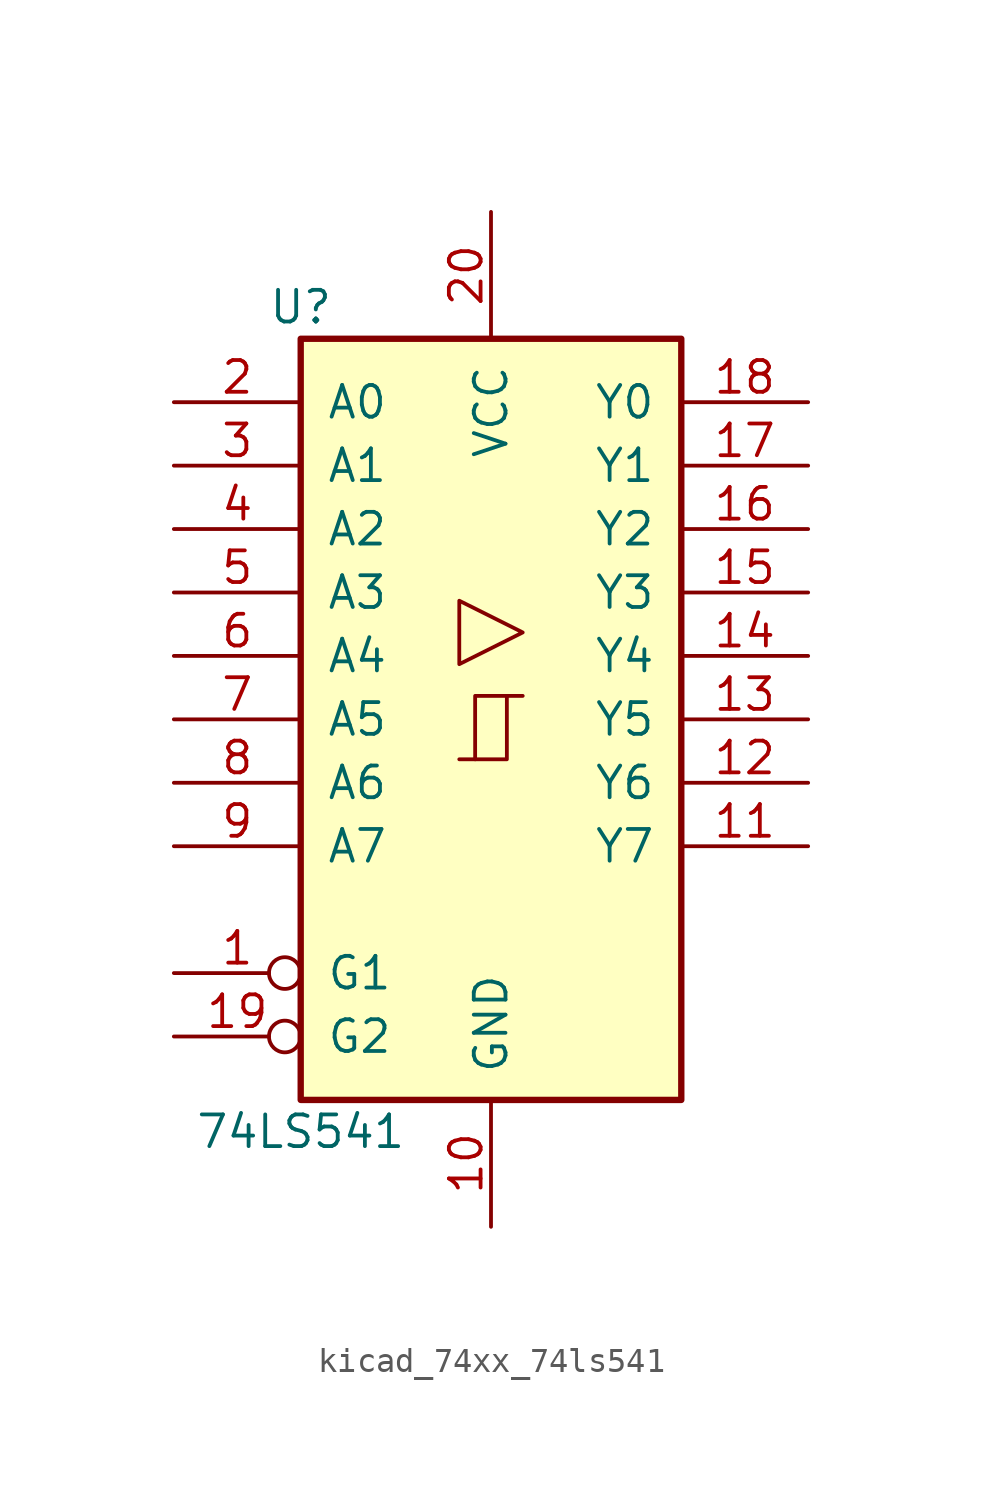
<source format=kicad_sym>
(kicad_symbol_lib
  (version 20220914)
  (generator kicad_symbol_editor)
  (symbol "kicad_74xx_74ls541"
    (pin_names
      (offset 1.016))
    (property "Reference" "U"
      (at -7.62 16.51 0)
      (effects (font (size 1.27 1.27))))
    (property "Value" "74LS541"
      (at -7.62 -16.51 0)
      (effects (font (size 1.27 1.27))))
    (property "ki_locked" ""
      (at 0 0 0)
      (effects (font (size 1.27 1.27))))
    (symbol "kicad_74xx_74ls541_1_0"
      (polyline (pts (xy -0.635 -1.6) (xy -0.635 0.94) (xy 0.635 0.94)) (stroke (width 0) (type default)) (fill (type none)))
      (polyline (pts (xy -1.27 -1.6) (xy 0.635 -1.6) (xy 0.635 0.94) (xy 1.27 0.94)) (stroke (width 0) (type default)) (fill (type none)))
      (polyline (pts (xy 1.27 3.48) (xy -1.27 4.75) (xy -1.27 2.21) (xy 1.27 3.48)) (stroke (width 0.152) (type default)) (fill (type none)))
      (pin input inverted (at -12.7 -10.16 0) (length 5.08) (name "G1" (effects (font (size 1.27 1.27)))) (number "1" (effects (font (size 1.27 1.27)))))
      (pin power_in line (at 0 -20.32 90) (length 5.08) (name "GND" (effects (font (size 1.27 1.27)))) (number "10" (effects (font (size 1.27 1.27)))))
      (pin tri_state line (at 12.7 -5.08 180) (length 5.08) (name "Y7" (effects (font (size 1.27 1.27)))) (number "11" (effects (font (size 1.27 1.27)))))
      (pin tri_state line (at 12.7 -2.54 180) (length 5.08) (name "Y6" (effects (font (size 1.27 1.27)))) (number "12" (effects (font (size 1.27 1.27)))))
      (pin tri_state line (at 12.7 0 180) (length 5.08) (name "Y5" (effects (font (size 1.27 1.27)))) (number "13" (effects (font (size 1.27 1.27)))))
      (pin tri_state line (at 12.7 2.54 180) (length 5.08) (name "Y4" (effects (font (size 1.27 1.27)))) (number "14" (effects (font (size 1.27 1.27)))))
      (pin tri_state line (at 12.7 5.08 180) (length 5.08) (name "Y3" (effects (font (size 1.27 1.27)))) (number "15" (effects (font (size 1.27 1.27)))))
      (pin tri_state line (at 12.7 7.62 180) (length 5.08) (name "Y2" (effects (font (size 1.27 1.27)))) (number "16" (effects (font (size 1.27 1.27)))))
      (pin tri_state line (at 12.7 10.16 180) (length 5.08) (name "Y1" (effects (font (size 1.27 1.27)))) (number "17" (effects (font (size 1.27 1.27)))))
      (pin tri_state line (at 12.7 12.7 180) (length 5.08) (name "Y0" (effects (font (size 1.27 1.27)))) (number "18" (effects (font (size 1.27 1.27)))))
      (pin input inverted (at -12.7 -12.7 0) (length 5.08) (name "G2" (effects (font (size 1.27 1.27)))) (number "19" (effects (font (size 1.27 1.27)))))
      (pin input line (at -12.7 12.7 0) (length 5.08) (name "A0" (effects (font (size 1.27 1.27)))) (number "2" (effects (font (size 1.27 1.27)))))
      (pin power_in line (at 0 20.32 270) (length 5.08) (name "VCC" (effects (font (size 1.27 1.27)))) (number "20" (effects (font (size 1.27 1.27)))))
      (pin input line (at -12.7 10.16 0) (length 5.08) (name "A1" (effects (font (size 1.27 1.27)))) (number "3" (effects (font (size 1.27 1.27)))))
      (pin input line (at -12.7 7.62 0) (length 5.08) (name "A2" (effects (font (size 1.27 1.27)))) (number "4" (effects (font (size 1.27 1.27)))))
      (pin input line (at -12.7 5.08 0) (length 5.08) (name "A3" (effects (font (size 1.27 1.27)))) (number "5" (effects (font (size 1.27 1.27)))))
      (pin input line (at -12.7 2.54 0) (length 5.08) (name "A4" (effects (font (size 1.27 1.27)))) (number "6" (effects (font (size 1.27 1.27)))))
      (pin input line (at -12.7 0 0) (length 5.08) (name "A5" (effects (font (size 1.27 1.27)))) (number "7" (effects (font (size 1.27 1.27)))))
      (pin input line (at -12.7 -2.54 0) (length 5.08) (name "A6" (effects (font (size 1.27 1.27)))) (number "8" (effects (font (size 1.27 1.27)))))
      (pin input line (at -12.7 -5.08 0) (length 5.08) (name "A7" (effects (font (size 1.27 1.27)))) (number "9" (effects (font (size 1.27 1.27))))))
    (symbol "kicad_74xx_74ls541_1_1"
      (rectangle (start -7.62 15.24) (end 7.62 -15.24) (stroke (width 0.254) (type default)) (fill (type background))))))
</source>
